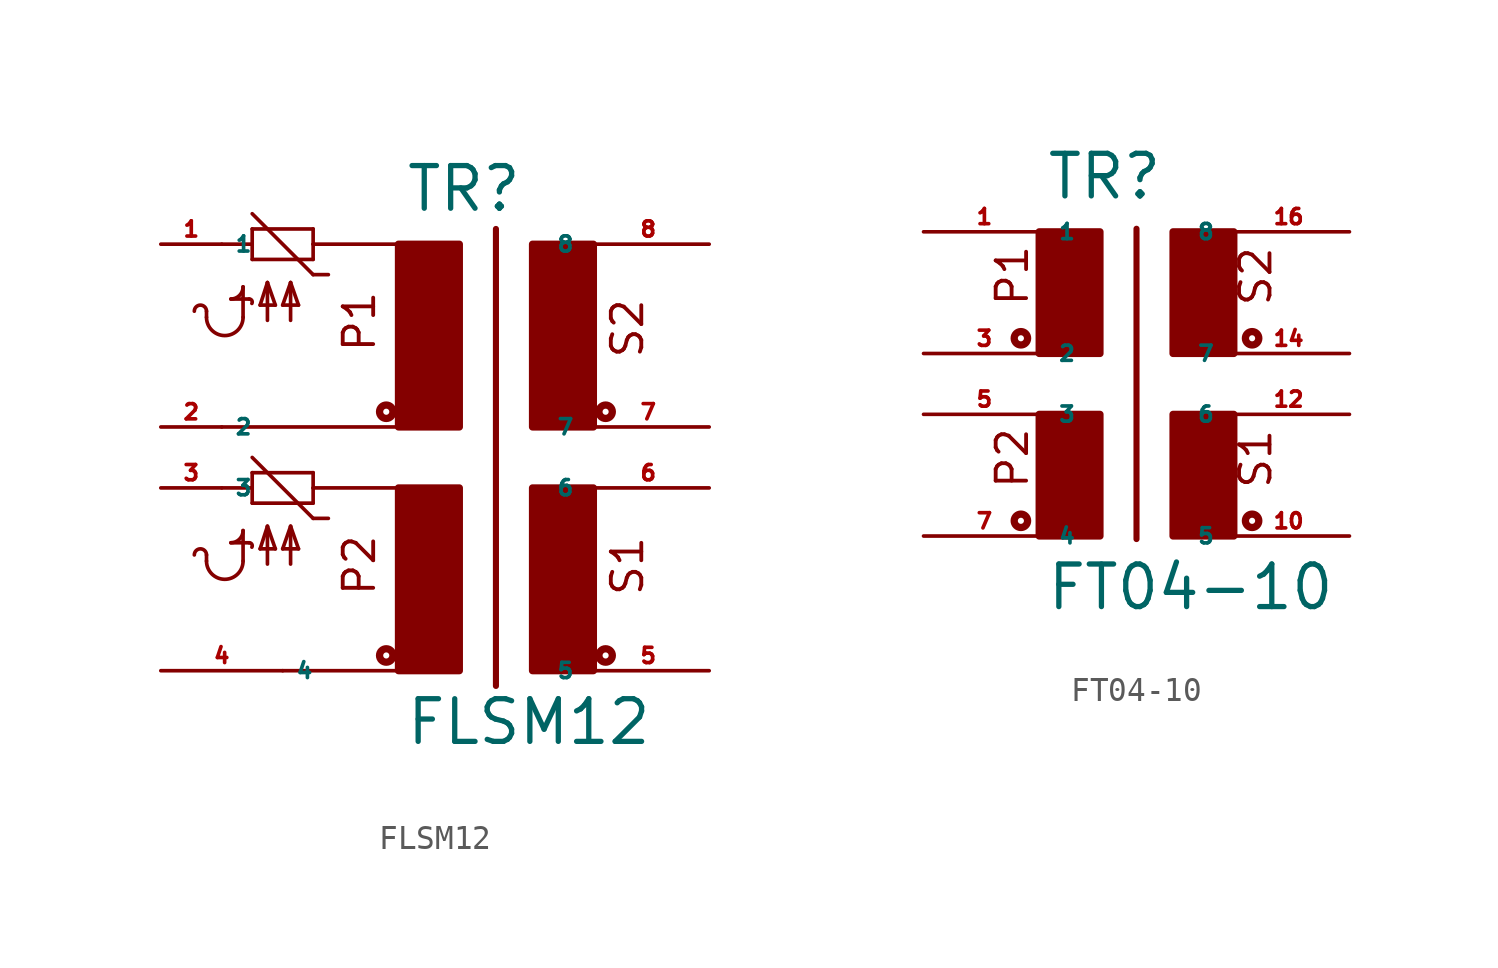
<source format=kicad_sym>
(kicad_symbol_lib
  (version 20220914)
  (generator Eagle2Kicad)
  (symbol "FLSM12"
    (property "Reference" "TR"
      (at -2.54 8.89 0)
      (effects (font (size 1.778 1.778) (thickness 0.22)) (justify left bottom)))
    (property "Value" "FLSM12"
      (at -2.54 -13.335 0)
      (effects (font (size 1.778 1.778) (thickness 0.22)) (justify left bottom)))
    (polyline
      (pts (xy 1.27 8.255) (xy 1.27 -10.795))
      (stroke (width 0.254) (type default))
      (fill (type none)))
    (polyline
      (pts (xy -2.54 -10.16) (xy -7.62 -10.16))
      (stroke (width 0.152) (type default))
      (fill (type none)))
    (polyline
      (pts (xy -8.89 7.62) (xy -10.16 7.62))
      (stroke (width 0.152) (type default))
      (fill (type none)))
    (polyline
      (pts (xy -6.35 6.985) (xy -6.35 7.62))
      (stroke (width 0.152) (type default))
      (fill (type none)))
    (polyline
      (pts (xy -6.35 8.255) (xy -8.89 8.255))
      (stroke (width 0.152) (type default))
      (fill (type none)))
    (polyline
      (pts (xy -8.89 8.255) (xy -8.89 7.62))
      (stroke (width 0.152) (type default))
      (fill (type none)))
    (polyline
      (pts (xy -8.89 7.62) (xy -8.89 6.985))
      (stroke (width 0.152) (type default))
      (fill (type none)))
    (polyline
      (pts (xy -8.89 6.985) (xy -6.35 6.985))
      (stroke (width 0.152) (type default))
      (fill (type none)))
    (polyline
      (pts (xy -5.715 6.35) (xy -6.35 6.35))
      (stroke (width 0.152) (type default))
      (fill (type none)))
    (polyline
      (pts (xy -6.35 6.35) (xy -8.89 8.89))
      (stroke (width 0.152) (type default))
      (fill (type none)))
    (polyline
      (pts (xy -8.255 4.445) (xy -8.255 6.02))
      (stroke (width 0.152) (type default))
      (fill (type none)))
    (polyline
      (pts (xy -7.29 4.445) (xy -7.29 6.02))
      (stroke (width 0.152) (type default))
      (fill (type none)))
    (polyline
      (pts (xy -8.255 6.02) (xy -8.56 5.08))
      (stroke (width 0.152) (type default))
      (fill (type none)))
    (polyline
      (pts (xy -8.56 5.08) (xy -7.925 5.08))
      (stroke (width 0.152) (type default))
      (fill (type none)))
    (polyline
      (pts (xy -7.29 6.02) (xy -7.62 5.08))
      (stroke (width 0.152) (type default))
      (fill (type none)))
    (polyline
      (pts (xy -7.62 5.08) (xy -6.96 5.08))
      (stroke (width 0.152) (type default))
      (fill (type none)))
    (polyline
      (pts (xy -6.96 5.08) (xy -7.29 6.02))
      (stroke (width 0.152) (type default))
      (fill (type none)))
    (polyline
      (pts (xy -7.925 5.08) (xy -8.255 6.02))
      (stroke (width 0.152) (type default))
      (fill (type none)))
    (arc
      (start -10.795 4.572)
      (mid -10.033 3.810)
      (end -9.271 4.572)
      (stroke (width 0.1524) (type default))
      (fill (type none)))
    (arc
      (start -10.795 4.826)
      (mid -11.049 5.080)
      (end -11.303 4.826)
      (stroke (width 0.1524) (type default))
      (fill (type none)))
    (polyline
      (pts (xy -10.795 4.572) (xy -10.795 4.826))
      (stroke (width 0.152) (type default))
      (fill (type none)))
    (polyline
      (pts (xy -9.271 4.572) (xy -9.271 5.842))
      (stroke (width 0.152) (type default))
      (fill (type none)))
    (arc
      (start -9.779 5.334)
      (mid -9.420 5.483)
      (end -9.271 5.842)
      (stroke (width 0.1524) (type default))
      (fill (type none)))
    (arc
      (start -8.9034 5.1502)
      (mid -8.909 5.274)
      (end -9.017 5.334)
      (stroke (width 0.1524) (type default))
      (fill (type none)))
    (polyline
      (pts (xy -9.779 5.334) (xy -9.017 5.334))
      (stroke (width 0.152) (type default))
      (fill (type none)))
    (polyline
      (pts (xy -2.54 7.62) (xy -6.35 7.62))
      (stroke (width 0.152) (type default))
      (fill (type none)))
    (polyline
      (pts (xy -6.35 7.62) (xy -6.35 8.255))
      (stroke (width 0.152) (type default))
      (fill (type none)))
    (polyline
      (pts (xy -8.89 -2.54) (xy -10.16 -2.54))
      (stroke (width 0.152) (type default))
      (fill (type none)))
    (polyline
      (pts (xy -8.89 -2.54) (xy -8.89 -3.175))
      (stroke (width 0.152) (type default))
      (fill (type none)))
    (polyline
      (pts (xy -8.89 -1.905) (xy -8.89 -2.54))
      (stroke (width 0.152) (type default))
      (fill (type none)))
    (polyline
      (pts (xy -8.89 -3.175) (xy -6.35 -3.175))
      (stroke (width 0.152) (type default))
      (fill (type none)))
    (polyline
      (pts (xy -6.35 -1.905) (xy -8.89 -1.905))
      (stroke (width 0.152) (type default))
      (fill (type none)))
    (polyline
      (pts (xy -6.35 -3.81) (xy -8.89 -1.27))
      (stroke (width 0.152) (type default))
      (fill (type none)))
    (polyline
      (pts (xy -5.715 -3.81) (xy -6.35 -3.81))
      (stroke (width 0.152) (type default))
      (fill (type none)))
    (polyline
      (pts (xy -6.35 -3.175) (xy -6.35 -2.54))
      (stroke (width 0.152) (type default))
      (fill (type none)))
    (polyline
      (pts (xy -6.35 -2.54) (xy -6.35 -1.905))
      (stroke (width 0.152) (type default))
      (fill (type none)))
    (polyline
      (pts (xy -2.54 -2.54) (xy -6.35 -2.54))
      (stroke (width 0.152) (type default))
      (fill (type none)))
    (polyline
      (pts (xy -2.54 0) (xy -10.16 0))
      (stroke (width 0.152) (type default))
      (fill (type none)))
    (polyline
      (pts (xy -8.255 -5.715) (xy -8.255 -4.14))
      (stroke (width 0.152) (type default))
      (fill (type none)))
    (polyline
      (pts (xy -7.29 -5.715) (xy -7.29 -4.14))
      (stroke (width 0.152) (type default))
      (fill (type none)))
    (polyline
      (pts (xy -8.255 -4.14) (xy -8.56 -5.08))
      (stroke (width 0.152) (type default))
      (fill (type none)))
    (polyline
      (pts (xy -8.56 -5.08) (xy -7.925 -5.08))
      (stroke (width 0.152) (type default))
      (fill (type none)))
    (polyline
      (pts (xy -7.29 -4.14) (xy -7.62 -5.08))
      (stroke (width 0.152) (type default))
      (fill (type none)))
    (polyline
      (pts (xy -7.62 -5.08) (xy -6.96 -5.08))
      (stroke (width 0.152) (type default))
      (fill (type none)))
    (polyline
      (pts (xy -6.96 -5.08) (xy -7.29 -4.14))
      (stroke (width 0.152) (type default))
      (fill (type none)))
    (polyline
      (pts (xy -7.925 -5.08) (xy -8.255 -4.14))
      (stroke (width 0.152) (type default))
      (fill (type none)))
    (arc
      (start -10.795 -5.588)
      (mid -10.033 -6.350)
      (end -9.271 -5.588)
      (stroke (width 0.1524) (type default))
      (fill (type none)))
    (arc
      (start -10.795 -5.334)
      (mid -11.049 -5.080)
      (end -11.303 -5.334)
      (stroke (width 0.1524) (type default))
      (fill (type none)))
    (polyline
      (pts (xy -10.795 -5.588) (xy -10.795 -5.334))
      (stroke (width 0.152) (type default))
      (fill (type none)))
    (polyline
      (pts (xy -9.271 -5.588) (xy -9.271 -4.318))
      (stroke (width 0.152) (type default))
      (fill (type none)))
    (arc
      (start -9.779 -4.826)
      (mid -9.420 -4.677)
      (end -9.271 -4.318)
      (stroke (width 0.1524) (type default))
      (fill (type none)))
    (arc
      (start -8.9034 -5.0098)
      (mid -8.909 -4.886)
      (end -9.017 -4.826)
      (stroke (width 0.1524) (type default))
      (fill (type none)))
    (polyline
      (pts (xy -9.779 -4.826) (xy -9.017 -4.826))
      (stroke (width 0.152) (type default))
      (fill (type none)))
    (text "S2"
      (at 7.493 2.794 900)
      (effects (font (size 1.27 1.27) (thickness 0.16)) (justify left bottom)))
    (text "S1"
      (at 7.493 -7.112 900)
      (effects (font (size 1.27 1.27) (thickness 0.16)) (justify left bottom)))
    (text "P1"
      (at -3.683 3.048 900)
      (effects (font (size 1.27 1.27) (thickness 0.16)) (justify left bottom)))
    (text "P2"
      (at -3.683 -7.112 900)
      (effects (font (size 1.27 1.27) (thickness 0.16)) (justify left bottom)))
    (circle
      (center -3.302 0.635)
      (radius 0.127)
      (stroke (width 0.305) (type default))
      (fill (type none)))
    (circle
      (center -3.302 -9.525)
      (radius 0.127)
      (stroke (width 0.305) (type default))
      (fill (type none)))
    (circle
      (center 5.842 0.635)
      (radius 0.127)
      (stroke (width 0.305) (type default))
      (fill (type none)))
    (circle
      (center 5.842 -9.525)
      (radius 0.127)
      (stroke (width 0.305) (type default))
      (fill (type none)))
    (rectangle
      (start 2.794 -10.16)
      (end 5.334 -2.54)
      (stroke (width 0.3) (type default))
      (fill (type outline)))
    (rectangle
      (start 2.794 0)
      (end 5.334 7.62)
      (stroke (width 0.3) (type default))
      (fill (type outline)))
    (rectangle
      (start -2.794 0)
      (end -0.254 7.62)
      (stroke (width 0.3) (type default))
      (fill (type outline)))
    (rectangle
      (start -2.794 -10.16)
      (end -0.254 -2.54)
      (stroke (width 0.3) (type default))
      (fill (type outline)))
    (pin passive line
      (at -12.7 7.62 0)
      (length 2.54)
      (name "1" (effects (font (size 0.635 0.635) (thickness 0.08)) (justify left bottom)))
      (number "1" (effects (font (size 0.635 0.635) (thickness 0.08)) (justify left bottom))))
    (pin passive line
      (at 10.16 -10.16 180)
      (length 5.08)
      (name "5" (effects (font (size 0.635 0.635) (thickness 0.08)) (justify left bottom)))
      (number "5" (effects (font (size 0.635 0.635) (thickness 0.08)) (justify left bottom))))
    (pin passive line
      (at 10.16 -2.54 180)
      (length 5.08)
      (name "6" (effects (font (size 0.635 0.635) (thickness 0.08)) (justify left bottom)))
      (number "6" (effects (font (size 0.635 0.635) (thickness 0.08)) (justify left bottom))))
    (pin passive line
      (at 10.16 0 180)
      (length 5.08)
      (name "7" (effects (font (size 0.635 0.635) (thickness 0.08)) (justify left bottom)))
      (number "7" (effects (font (size 0.635 0.635) (thickness 0.08)) (justify left bottom))))
    (pin passive line
      (at 10.16 7.62 180)
      (length 5.08)
      (name "8" (effects (font (size 0.635 0.635) (thickness 0.08)) (justify left bottom)))
      (number "8" (effects (font (size 0.635 0.635) (thickness 0.08)) (justify left bottom))))
    (pin passive line
      (at -12.7 -10.16 0)
      (length 5.08)
      (name "4" (effects (font (size 0.635 0.635) (thickness 0.08)) (justify left bottom)))
      (number "4" (effects (font (size 0.635 0.635) (thickness 0.08)) (justify left bottom))))
    (pin passive line
      (at -12.7 0 0)
      (length 2.54)
      (name "2" (effects (font (size 0.635 0.635) (thickness 0.08)) (justify left bottom)))
      (number "2" (effects (font (size 0.635 0.635) (thickness 0.08)) (justify left bottom))))
    (pin passive line
      (at -12.7 -2.54 0)
      (length 2.54)
      (name "3" (effects (font (size 0.635 0.635) (thickness 0.08)) (justify left bottom)))
      (number "3" (effects (font (size 0.635 0.635) (thickness 0.08)) (justify left bottom)))))
  (symbol "FT04-10"
    (property "Reference" "TR"
      (at -2.54 6.35 0)
      (effects (font (size 1.778 1.778) (thickness 0.22)) (justify left bottom)))
    (property "Value" "FT04-10"
      (at -2.54 -10.795 0)
      (effects (font (size 1.778 1.778) (thickness 0.22)) (justify left bottom)))
    (polyline
      (pts (xy 1.27 5.207) (xy 1.27 -7.747))
      (stroke (width 0.254) (type default))
      (fill (type none)))
    (text "S2"
      (at 6.985 1.905 900)
      (effects (font (size 1.27 1.27) (thickness 0.16)) (justify left bottom)))
    (text "S1"
      (at 6.985 -5.715 900)
      (effects (font (size 1.27 1.27) (thickness 0.16)) (justify left bottom)))
    (text "P2"
      (at -3.175 -5.715 900)
      (effects (font (size 1.27 1.27) (thickness 0.16)) (justify left bottom)))
    (text "P1"
      (at -3.175 1.905 900)
      (effects (font (size 1.27 1.27) (thickness 0.16)) (justify left bottom)))
    (circle
      (center -3.556 0.635)
      (radius 0.127)
      (stroke (width 0.305) (type default))
      (fill (type none)))
    (circle
      (center -3.556 -6.985)
      (radius 0.127)
      (stroke (width 0.305) (type default))
      (fill (type none)))
    (circle
      (center 6.096 0.635)
      (radius 0.127)
      (stroke (width 0.305) (type default))
      (fill (type none)))
    (circle
      (center 6.096 -6.985)
      (radius 0.127)
      (stroke (width 0.305) (type default))
      (fill (type none)))
    (rectangle
      (start -2.794 0)
      (end -0.254 5.08)
      (stroke (width 0.3) (type default))
      (fill (type outline)))
    (rectangle
      (start -2.794 -7.62)
      (end -0.254 -2.54)
      (stroke (width 0.3) (type default))
      (fill (type outline)))
    (rectangle
      (start 2.794 0)
      (end 5.334 5.08)
      (stroke (width 0.3) (type default))
      (fill (type outline)))
    (rectangle
      (start 2.794 -7.62)
      (end 5.334 -2.54)
      (stroke (width 0.3) (type default))
      (fill (type outline)))
    (pin passive line
      (at -7.62 5.08 0)
      (length 5.08)
      (name "1" (effects (font (size 0.635 0.635) (thickness 0.08)) (justify left bottom)))
      (number "1" (effects (font (size 0.635 0.635) (thickness 0.08)) (justify left bottom))))
    (pin passive line
      (at -7.62 0 0)
      (length 5.08)
      (name "2" (effects (font (size 0.635 0.635) (thickness 0.08)) (justify left bottom)))
      (number "3" (effects (font (size 0.635 0.635) (thickness 0.08)) (justify left bottom))))
    (pin passive line
      (at 10.16 -7.62 180)
      (length 5.08)
      (name "5" (effects (font (size 0.635 0.635) (thickness 0.08)) (justify left bottom)))
      (number "10" (effects (font (size 0.635 0.635) (thickness 0.08)) (justify left bottom))))
    (pin passive line
      (at 10.16 -2.54 180)
      (length 5.08)
      (name "6" (effects (font (size 0.635 0.635) (thickness 0.08)) (justify left bottom)))
      (number "12" (effects (font (size 0.635 0.635) (thickness 0.08)) (justify left bottom))))
    (pin passive line
      (at 10.16 0 180)
      (length 5.08)
      (name "7" (effects (font (size 0.635 0.635) (thickness 0.08)) (justify left bottom)))
      (number "14" (effects (font (size 0.635 0.635) (thickness 0.08)) (justify left bottom))))
    (pin passive line
      (at 10.16 5.08 180)
      (length 5.08)
      (name "8" (effects (font (size 0.635 0.635) (thickness 0.08)) (justify left bottom)))
      (number "16" (effects (font (size 0.635 0.635) (thickness 0.08)) (justify left bottom))))
    (pin passive line
      (at -7.62 -2.54 0)
      (length 5.08)
      (name "3" (effects (font (size 0.635 0.635) (thickness 0.08)) (justify left bottom)))
      (number "5" (effects (font (size 0.635 0.635) (thickness 0.08)) (justify left bottom))))
    (pin passive line
      (at -7.62 -7.62 0)
      (length 5.08)
      (name "4" (effects (font (size 0.635 0.635) (thickness 0.08)) (justify left bottom)))
      (number "7" (effects (font (size 0.635 0.635) (thickness 0.08)) (justify left bottom))))))
</source>
